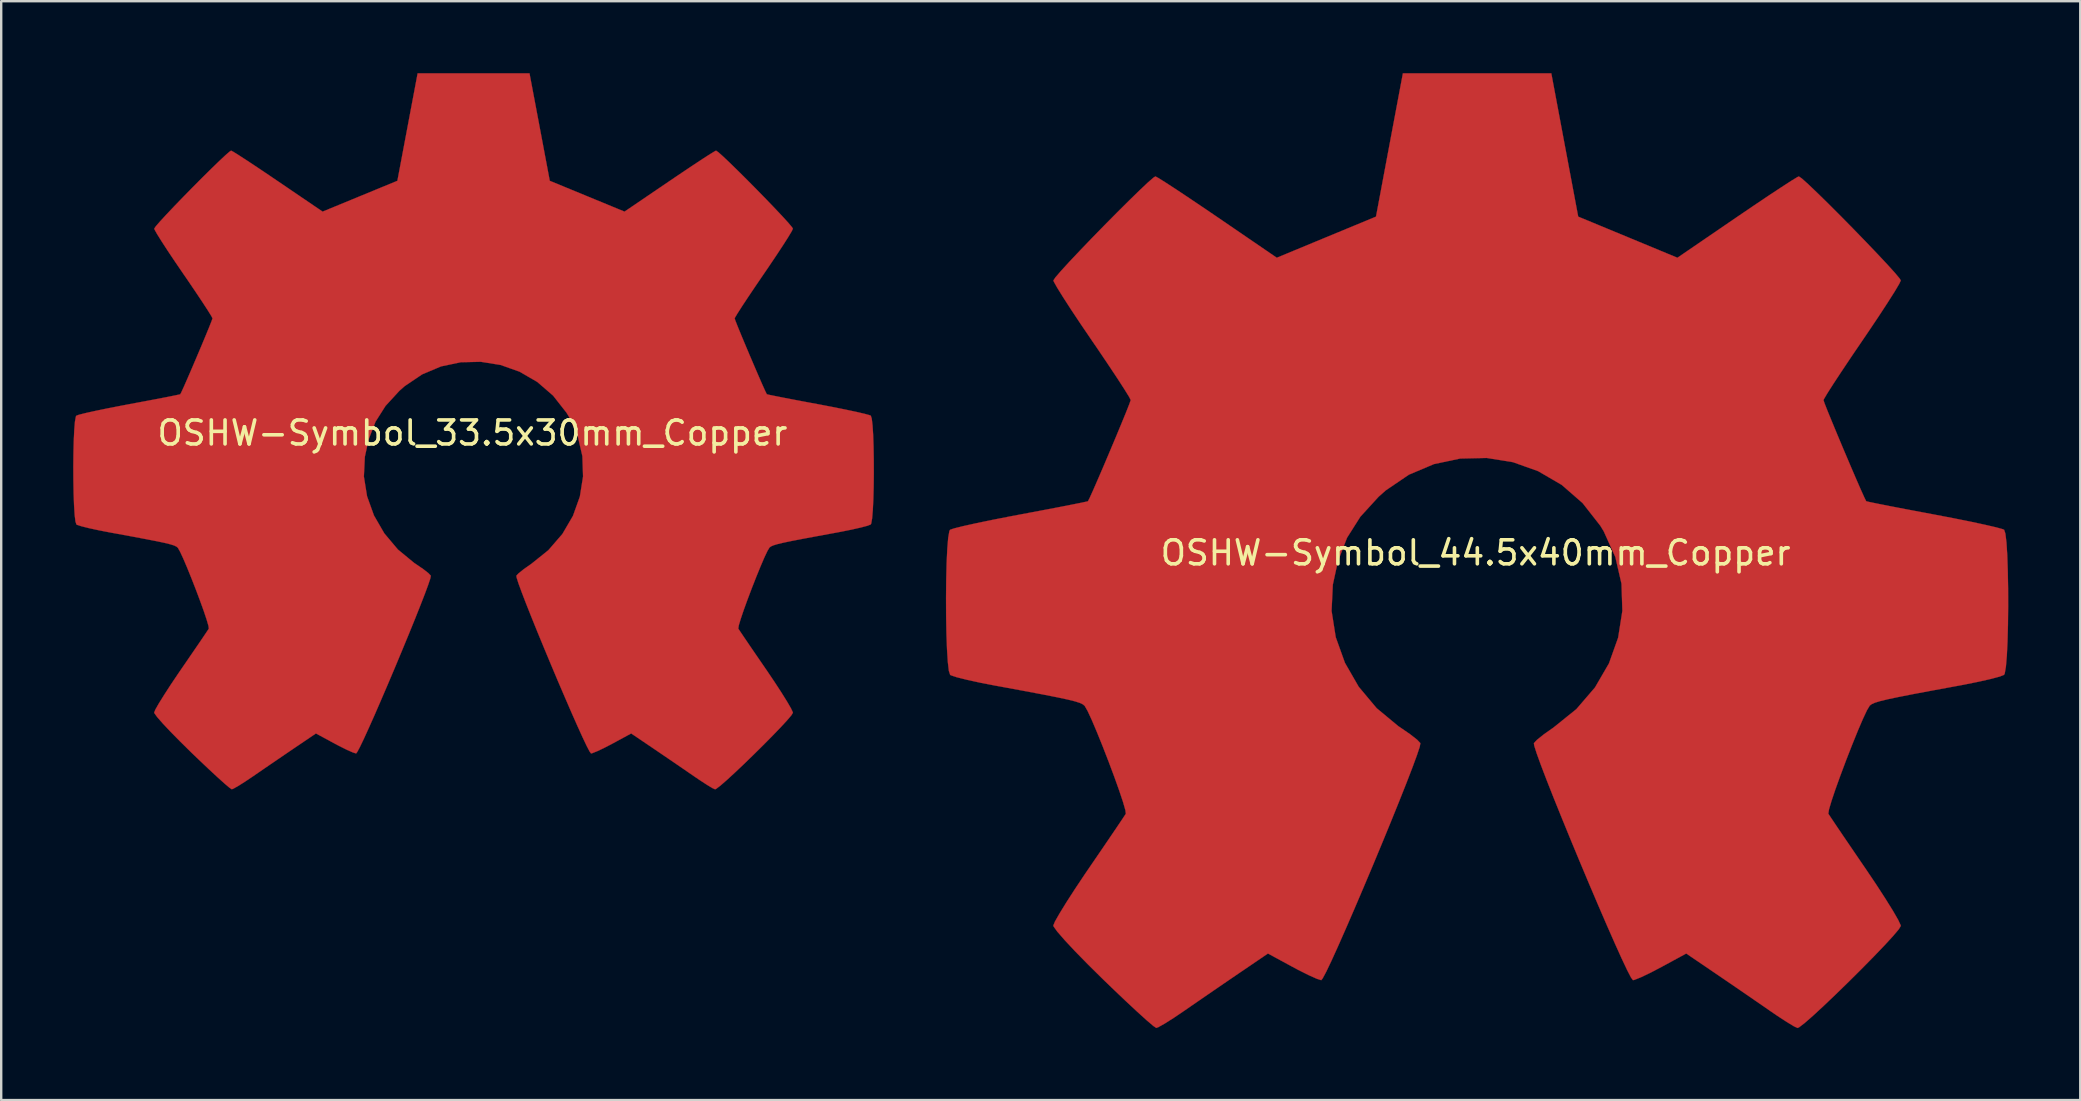
<source format=kicad_pcb>
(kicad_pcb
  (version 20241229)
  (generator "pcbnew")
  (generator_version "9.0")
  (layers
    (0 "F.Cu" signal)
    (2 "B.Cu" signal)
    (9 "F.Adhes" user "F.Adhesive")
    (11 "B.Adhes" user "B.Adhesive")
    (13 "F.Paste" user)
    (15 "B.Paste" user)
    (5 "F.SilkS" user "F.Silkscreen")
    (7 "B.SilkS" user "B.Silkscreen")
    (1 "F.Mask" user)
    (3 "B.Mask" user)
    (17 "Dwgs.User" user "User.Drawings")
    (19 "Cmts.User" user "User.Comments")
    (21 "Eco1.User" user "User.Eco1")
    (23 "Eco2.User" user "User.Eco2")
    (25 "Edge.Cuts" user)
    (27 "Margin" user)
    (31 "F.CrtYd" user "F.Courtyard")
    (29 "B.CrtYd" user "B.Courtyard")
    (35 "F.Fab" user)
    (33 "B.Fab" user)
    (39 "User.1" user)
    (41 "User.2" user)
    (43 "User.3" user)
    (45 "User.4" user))
  (footprint "OSHW-Symbol_33.5x30mm_Copper"
    (layer "F.Cu")
    (at 16.637 14.993)
    (property "Reference" "OSHW-Symbol_33.5x30mm_Copper" (at 0 0 0) (layer "F.SilkS") (effects (font (size 1 1) (thickness 0.15))))
    (attr exclude_from_pos_files exclude_from_bom)
    (fp_poly (pts (xy 2.8 -12.748) (xy 3.222 -10.509) (xy 4.779 -9.867) (xy 6.337 -9.225) (xy 8.206 -10.495) (xy 8.73 -10.849) (xy 9.203 -11.165) (xy 9.603 -11.429) (xy 9.91 -11.626) (xy 10.1 -11.741) (xy 10.151 -11.766) (xy 10.244 -11.702) (xy 10.443 -11.525) (xy 10.726 -11.257) (xy 11.07 -10.921) (xy 11.453 -10.54) (xy 11.852 -10.137) (xy 12.246 -9.733) (xy 12.612 -9.352) (xy 12.927 -9.017) (xy 13.17 -8.75) (xy 13.318 -8.573) (xy 13.354 -8.514) (xy 13.303 -8.405) (xy 13.16 -8.166) (xy 12.94 -7.821) (xy 12.658 -7.393) (xy 12.33 -6.905) (xy 12.14 -6.627) (xy 11.793 -6.118) (xy 11.485 -5.66) (xy 11.23 -5.274) (xy 11.044 -4.983) (xy 10.941 -4.81) (xy 10.926 -4.774) (xy 10.961 -4.67) (xy 11.056 -4.43) (xy 11.197 -4.086) (xy 11.37 -3.672) (xy 11.56 -3.222) (xy 11.753 -2.77) (xy 11.934 -2.35) (xy 12.089 -1.996) (xy 12.204 -1.741) (xy 12.265 -1.619) (xy 12.268 -1.615) (xy 12.363 -1.591) (xy 12.615 -1.54) (xy 12.999 -1.464) (xy 13.488 -1.37) (xy 14.056 -1.263) (xy 14.387 -1.202) (xy 14.994 -1.086) (xy 15.542 -0.976) (xy 16.004 -0.878) (xy 16.352 -0.797) (xy 16.557 -0.74) (xy 16.599 -0.722) (xy 16.639 -0.599) (xy 16.672 -0.323) (xy 16.697 0.076) (xy 16.714 0.564) (xy 16.723 1.11) (xy 16.725 1.68) (xy 16.719 2.242) (xy 16.705 2.765) (xy 16.683 3.215) (xy 16.654 3.56) (xy 16.618 3.768) (xy 16.596 3.812) (xy 16.464 3.864) (xy 16.185 3.938) (xy 15.796 4.026) (xy 15.333 4.119) (xy 15.172 4.149) (xy 14.393 4.292) (xy 13.777 4.407) (xy 13.305 4.498) (xy 12.956 4.571) (xy 12.71 4.63) (xy 12.546 4.68) (xy 12.444 4.724) (xy 12.384 4.768) (xy 12.375 4.777) (xy 12.291 4.918) (xy 12.162 5.191) (xy 12.002 5.565) (xy 11.823 6.004) (xy 11.638 6.475) (xy 11.46 6.946) (xy 11.302 7.382) (xy 11.178 7.75) (xy 11.098 8.017) (xy 11.078 8.149) (xy 11.079 8.153) (xy 11.15 8.261) (xy 11.309 8.497) (xy 11.541 8.839) (xy 11.829 9.26) (xy 12.156 9.736) (xy 12.249 9.871) (xy 12.58 10.362) (xy 12.872 10.81) (xy 13.108 11.189) (xy 13.273 11.473) (xy 13.35 11.638) (xy 13.354 11.658) (xy 13.289 11.764) (xy 13.11 11.975) (xy 12.84 12.267) (xy 12.502 12.618) (xy 12.119 13.005) (xy 11.714 13.406) (xy 11.309 13.799) (xy 10.928 14.159) (xy 10.594 14.466) (xy 10.33 14.696) (xy 10.159 14.826) (xy 10.112 14.848) (xy 10.001 14.798) (xy 9.775 14.662) (xy 9.471 14.464) (xy 9.236 14.305) (xy 8.812 14.013) (xy 8.309 13.669) (xy 7.804 13.325) (xy 7.533 13.141) (xy 6.615 12.52) (xy 5.845 12.937) (xy 5.494 13.12) (xy 5.195 13.261) (xy 4.993 13.342) (xy 4.942 13.354) (xy 4.88 13.27) (xy 4.758 13.036) (xy 4.585 12.671) (xy 4.37 12.197) (xy 4.122 11.637) (xy 3.851 11.011) (xy 3.564 10.343) (xy 3.273 9.652) (xy 2.985 8.961) (xy 2.709 8.292) (xy 2.456 7.666) (xy 2.233 7.105) (xy 2.051 6.631) (xy 1.917 6.265) (xy 1.842 6.029) (xy 1.83 5.948) (xy 1.926 5.844) (xy 2.136 5.676) (xy 2.416 5.479) (xy 2.44 5.463) (xy 3.164 4.883) (xy 3.749 4.206) (xy 4.188 3.454) (xy 4.476 2.649) (xy 4.609 1.812) (xy 4.581 0.965) (xy 4.388 0.129) (xy 4.024 -0.673) (xy 3.917 -0.849) (xy 3.36 -1.558) (xy 2.701 -2.127) (xy 1.965 -2.554) (xy 1.173 -2.835) (xy 0.348 -2.967) (xy -0.487 -2.948) (xy -1.309 -2.775) (xy -2.095 -2.444) (xy -2.823 -1.953) (xy -3.048 -1.754) (xy -3.621 -1.13) (xy -4.038 -0.473) (xy -4.325 0.263) (xy -4.484 0.993) (xy -4.524 1.813) (xy -4.392 2.636) (xy -4.104 3.437) (xy -3.671 4.185) (xy -3.108 4.854) (xy -2.427 5.416) (xy -2.338 5.475) (xy -2.054 5.669) (xy -1.839 5.837) (xy -1.736 5.944) (xy -1.734 5.948) (xy -1.756 6.064) (xy -1.844 6.327) (xy -1.988 6.716) (xy -2.18 7.209) (xy -2.409 7.784) (xy -2.668 8.42) (xy -2.947 9.095) (xy -3.236 9.788) (xy -3.528 10.476) (xy -3.812 11.137) (xy -4.079 11.752) (xy -4.322 12.297) (xy -4.529 12.751) (xy -4.693 13.092) (xy -4.804 13.299) (xy -4.848 13.354) (xy -4.985 13.311) (xy -5.24 13.198) (xy -5.57 13.033) (xy -5.751 12.937) (xy -6.522 12.52) (xy -7.44 13.141) (xy -7.908 13.459) (xy -8.421 13.809) (xy -8.902 14.139) (xy -9.143 14.305) (xy -9.482 14.532) (xy -9.768 14.713) (xy -9.966 14.823) (xy -10.03 14.846) (xy -10.123 14.783) (xy -10.33 14.608) (xy -10.63 14.338) (xy -11.003 13.992) (xy -11.429 13.588) (xy -11.699 13.329) (xy -12.17 12.865) (xy -12.578 12.451) (xy -12.905 12.103) (xy -13.135 11.84) (xy -13.252 11.678) (xy -13.263 11.646) (xy -13.211 11.521) (xy -13.068 11.269) (xy -12.848 10.916) (xy -12.57 10.486) (xy -12.247 10.005) (xy -12.155 9.871) (xy -11.821 9.384) (xy -11.521 8.946) (xy -11.272 8.581) (xy -11.091 8.313) (xy -10.995 8.168) (xy -10.986 8.153) (xy -11 8.038) (xy -11.074 7.783) (xy -11.194 7.424) (xy -11.349 6.994) (xy -11.525 6.525) (xy -11.71 6.052) (xy -11.89 5.608) (xy -12.053 5.226) (xy -12.186 4.941) (xy -12.275 4.785) (xy -12.282 4.777) (xy -12.337 4.733) (xy -12.429 4.688) (xy -12.58 4.64) (xy -12.809 4.583) (xy -13.137 4.513) (xy -13.584 4.426) (xy -14.17 4.315) (xy -14.917 4.178) (xy -15.078 4.149) (xy -15.557 4.056) (xy -15.974 3.966) (xy -16.294 3.886) (xy -16.478 3.826) (xy -16.502 3.812) (xy -16.543 3.687) (xy -16.576 3.409) (xy -16.601 3.009) (xy -16.619 2.52) (xy -16.629 1.974) (xy -16.632 1.404) (xy -16.626 0.842) (xy -16.613 0.32) (xy -16.592 -0.129) (xy -16.564 -0.473) (xy -16.527 -0.68) (xy -16.505 -0.722) (xy -16.383 -0.765) (xy -16.105 -0.834) (xy -15.698 -0.924) (xy -15.19 -1.029) (xy -14.61 -1.142) (xy -14.294 -1.202) (xy -13.694 -1.314) (xy -13.159 -1.415) (xy -12.715 -1.501) (xy -12.388 -1.567) (xy -12.205 -1.606) (xy -12.175 -1.615) (xy -12.124 -1.713) (xy -12.016 -1.95) (xy -11.866 -2.292) (xy -11.688 -2.704) (xy -11.496 -3.154) (xy -11.304 -3.607) (xy -11.128 -4.029) (xy -10.981 -4.386) (xy -10.878 -4.645) (xy -10.833 -4.772) (xy -10.832 -4.778) (xy -10.883 -4.878) (xy -11.026 -5.108) (xy -11.246 -5.446) (xy -11.527 -5.868) (xy -11.855 -6.352) (xy -12.046 -6.63) (xy -12.394 -7.14) (xy -12.703 -7.602) (xy -12.958 -7.995) (xy -13.144 -8.293) (xy -13.246 -8.475) (xy -13.26 -8.515) (xy -13.197 -8.61) (xy -13.022 -8.812) (xy -12.758 -9.099) (xy -12.428 -9.448) (xy -12.052 -9.837) (xy -11.655 -10.242) (xy -11.257 -10.642) (xy -10.882 -11.013) (xy -10.551 -11.333) (xy -10.288 -11.58) (xy -10.114 -11.73) (xy -10.056 -11.766) (xy -9.961 -11.716) (xy -9.734 -11.574) (xy -9.398 -11.356) (xy -8.973 -11.075) (xy -8.483 -10.746) (xy -8.113 -10.495) (xy -6.244 -9.225) (xy -4.686 -9.867) (xy -3.128 -10.509) (xy -2.706 -12.748) (xy -2.284 -14.988) (xy 2.377 -14.988) (xy 2.8 -12.748)) (stroke (width 0.01) (type solid)) (fill yes) (layer "F.Cu")))
  (footprint "OSHW-Symbol_44.5x40mm_Copper"
    (layer "F.Cu")
    (at 58.439 19.989)
    (property "Reference" "OSHW-Symbol_44.5x40mm_Copper" (at 0 0 0) (layer "F.SilkS") (effects (font (size 1 1) (thickness 0.15))))
    (attr exclude_from_pos_files exclude_from_bom)
    (fp_poly (pts (xy 3.714 -16.998) (xy 4.275 -14.012) (xy 6.342 -13.156) (xy 8.409 -12.299) (xy 10.888 -13.994) (xy 11.583 -14.466) (xy 12.21 -14.887) (xy 12.742 -15.238) (xy 13.148 -15.501) (xy 13.4 -15.655) (xy 13.469 -15.688) (xy 13.592 -15.603) (xy 13.857 -15.366) (xy 14.231 -15.009) (xy 14.688 -14.562) (xy 15.196 -14.054) (xy 15.726 -13.516) (xy 16.248 -12.978) (xy 16.733 -12.47) (xy 17.152 -12.023) (xy 17.475 -11.666) (xy 17.671 -11.431) (xy 17.718 -11.352) (xy 17.65 -11.207) (xy 17.461 -10.888) (xy 17.169 -10.428) (xy 16.796 -9.857) (xy 16.36 -9.207) (xy 16.107 -8.835) (xy 15.647 -8.158) (xy 15.238 -7.546) (xy 14.9 -7.032) (xy 14.653 -6.644) (xy 14.517 -6.413) (xy 14.497 -6.365) (xy 14.543 -6.227) (xy 14.669 -5.906) (xy 14.857 -5.448) (xy 15.086 -4.896) (xy 15.338 -4.296) (xy 15.594 -3.694) (xy 15.834 -3.134) (xy 16.04 -2.661) (xy 16.193 -2.322) (xy 16.273 -2.159) (xy 16.278 -2.153) (xy 16.403 -2.122) (xy 16.738 -2.053) (xy 17.247 -1.952) (xy 17.896 -1.827) (xy 18.65 -1.685) (xy 19.089 -1.602) (xy 19.895 -1.448) (xy 20.622 -1.302) (xy 21.235 -1.17) (xy 21.696 -1.063) (xy 21.969 -0.987) (xy 22.024 -0.963) (xy 22.077 -0.799) (xy 22.121 -0.43) (xy 22.154 0.101) (xy 22.176 0.752) (xy 22.189 1.479) (xy 22.191 2.239) (xy 22.183 2.989) (xy 22.165 3.686) (xy 22.136 4.286) (xy 22.097 4.747) (xy 22.049 5.025) (xy 22.02 5.082) (xy 21.845 5.152) (xy 21.475 5.251) (xy 20.958 5.368) (xy 20.344 5.492) (xy 20.13 5.532) (xy 19.097 5.722) (xy 18.28 5.875) (xy 17.654 5.998) (xy 17.191 6.095) (xy 16.864 6.174) (xy 16.646 6.24) (xy 16.511 6.299) (xy 16.431 6.358) (xy 16.42 6.37) (xy 16.308 6.557) (xy 16.137 6.922) (xy 15.924 7.419) (xy 15.687 8.005) (xy 15.441 8.634) (xy 15.206 9.261) (xy 14.996 9.843) (xy 14.831 10.334) (xy 14.726 10.689) (xy 14.698 10.865) (xy 14.7 10.871) (xy 14.794 11.014) (xy 15.005 11.33) (xy 15.313 11.785) (xy 15.695 12.346) (xy 16.128 12.981) (xy 16.252 13.162) (xy 16.692 13.816) (xy 17.079 14.413) (xy 17.393 14.918) (xy 17.611 15.298) (xy 17.713 15.517) (xy 17.718 15.544) (xy 17.632 15.686) (xy 17.395 15.966) (xy 17.037 16.356) (xy 16.588 16.824) (xy 16.08 17.34) (xy 15.542 17.875) (xy 15.005 18.398) (xy 14.5 18.879) (xy 14.057 19.288) (xy 13.706 19.595) (xy 13.479 19.769) (xy 13.416 19.797) (xy 13.27 19.73) (xy 12.97 19.549) (xy 12.566 19.286) (xy 12.255 19.073) (xy 11.692 18.684) (xy 11.024 18.225) (xy 10.355 17.767) (xy 9.995 17.522) (xy 8.777 16.694) (xy 7.755 17.249) (xy 7.289 17.493) (xy 6.893 17.682) (xy 6.625 17.79) (xy 6.557 17.805) (xy 6.475 17.694) (xy 6.313 17.381) (xy 6.083 16.894) (xy 5.798 16.263) (xy 5.469 15.516) (xy 5.109 14.682) (xy 4.729 13.79) (xy 4.342 12.869) (xy 3.96 11.949) (xy 3.595 11.056) (xy 3.258 10.222) (xy 2.963 9.474) (xy 2.721 8.841) (xy 2.544 8.353) (xy 2.444 8.038) (xy 2.428 7.93) (xy 2.555 7.792) (xy 2.834 7.568) (xy 3.206 7.305) (xy 3.237 7.284) (xy 4.199 6.51) (xy 4.974 5.608) (xy 5.556 4.606) (xy 5.939 3.532) (xy 6.115 2.416) (xy 6.079 1.286) (xy 5.822 0.172) (xy 5.339 -0.898) (xy 5.197 -1.132) (xy 4.457 -2.077) (xy 3.584 -2.836) (xy 2.607 -3.405) (xy 1.556 -3.78) (xy 0.462 -3.956) (xy -0.646 -3.931) (xy -1.736 -3.7) (xy -2.78 -3.259) (xy -3.745 -2.604) (xy -4.044 -2.338) (xy -4.804 -1.506) (xy -5.358 -0.63) (xy -5.738 0.351) (xy -5.95 1.324) (xy -6.002 2.417) (xy -5.828 3.515) (xy -5.445 4.582) (xy -4.871 5.58) (xy -4.123 6.472) (xy -3.22 7.221) (xy -3.102 7.3) (xy -2.726 7.559) (xy -2.44 7.783) (xy -2.303 7.926) (xy -2.301 7.93) (xy -2.33 8.085) (xy -2.447 8.436) (xy -2.638 8.955) (xy -2.892 9.612) (xy -3.197 10.379) (xy -3.54 11.227) (xy -3.91 12.127) (xy -4.294 13.05) (xy -4.681 13.967) (xy -5.058 14.85) (xy -5.413 15.669) (xy -5.734 16.396) (xy -6.009 17.001) (xy -6.226 17.456) (xy -6.374 17.732) (xy -6.433 17.805) (xy -6.614 17.748) (xy -6.952 17.597) (xy -7.39 17.378) (xy -7.631 17.249) (xy -8.653 16.694) (xy -9.871 17.522) (xy -10.493 17.946) (xy -11.174 18.413) (xy -11.812 18.852) (xy -12.131 19.073) (xy -12.581 19.377) (xy -12.961 19.617) (xy -13.223 19.764) (xy -13.308 19.795) (xy -13.432 19.711) (xy -13.706 19.477) (xy -14.104 19.117) (xy -14.599 18.656) (xy -15.165 18.117) (xy -15.522 17.772) (xy -16.148 17.154) (xy -16.689 16.601) (xy -17.123 16.137) (xy -17.428 15.786) (xy -17.583 15.571) (xy -17.598 15.527) (xy -17.529 15.361) (xy -17.338 15.026) (xy -17.048 14.554) (xy -16.678 13.981) (xy -16.25 13.34) (xy -16.128 13.162) (xy -15.684 12.512) (xy -15.286 11.928) (xy -14.956 11.441) (xy -14.716 11.084) (xy -14.589 10.891) (xy -14.576 10.871) (xy -14.595 10.717) (xy -14.693 10.378) (xy -14.853 9.899) (xy -15.058 9.325) (xy -15.292 8.7) (xy -15.537 8.069) (xy -15.776 7.477) (xy -15.992 6.968) (xy -16.168 6.588) (xy -16.287 6.38) (xy -16.296 6.37) (xy -16.368 6.31) (xy -16.491 6.251) (xy -16.691 6.187) (xy -16.995 6.111) (xy -17.43 6.018) (xy -18.024 5.901) (xy -18.802 5.754) (xy -19.792 5.571) (xy -20.006 5.532) (xy -20.641 5.409) (xy -21.195 5.288) (xy -21.619 5.182) (xy -21.863 5.101) (xy -21.896 5.082) (xy -21.95 4.916) (xy -21.993 4.545) (xy -22.027 4.012) (xy -22.051 3.36) (xy -22.064 2.632) (xy -22.067 1.872) (xy -22.06 1.122) (xy -22.043 0.427) (xy -22.015 -0.172) (xy -21.977 -0.631) (xy -21.929 -0.906) (xy -21.9 -0.963) (xy -21.738 -1.019) (xy -21.368 -1.112) (xy -20.828 -1.232) (xy -20.155 -1.372) (xy -19.385 -1.523) (xy -18.965 -1.602) (xy -18.169 -1.752) (xy -17.46 -1.887) (xy -16.871 -2.002) (xy -16.437 -2.089) (xy -16.194 -2.141) (xy -16.154 -2.153) (xy -16.086 -2.284) (xy -15.943 -2.6) (xy -15.744 -3.056) (xy -15.507 -3.606) (xy -15.253 -4.205) (xy -14.999 -4.809) (xy -14.765 -5.372) (xy -14.57 -5.848) (xy -14.433 -6.194) (xy -14.374 -6.363) (xy -14.373 -6.371) (xy -14.44 -6.504) (xy -14.63 -6.811) (xy -14.921 -7.262) (xy -15.295 -7.825) (xy -15.73 -8.47) (xy -15.983 -8.84) (xy -16.445 -9.52) (xy -16.855 -10.136) (xy -17.193 -10.66) (xy -17.44 -11.058) (xy -17.575 -11.299) (xy -17.594 -11.354) (xy -17.51 -11.48) (xy -17.278 -11.749) (xy -16.928 -12.132) (xy -16.489 -12.597) (xy -15.991 -13.116) (xy -15.464 -13.656) (xy -14.936 -14.189) (xy -14.438 -14.684) (xy -14 -15.111) (xy -13.651 -15.44) (xy -13.42 -15.64) (xy -13.342 -15.688) (xy -13.217 -15.621) (xy -12.916 -15.432) (xy -12.469 -15.141) (xy -11.906 -14.766) (xy -11.255 -14.328) (xy -10.764 -13.994) (xy -8.285 -12.299) (xy -6.218 -13.156) (xy -4.151 -14.012) (xy -3.591 -16.998) (xy -3.03 -19.984) (xy 3.154 -19.984) (xy 3.714 -16.998)) (stroke (width 0.01) (type solid)) (fill yes) (layer "F.Cu")))
  (gr_rect
    (start -3 -3)
    (end 83.635 42.791)
    (stroke (width 0.1) (type default))
    (fill no)
    (layer "Edge.Cuts")))
</source>
